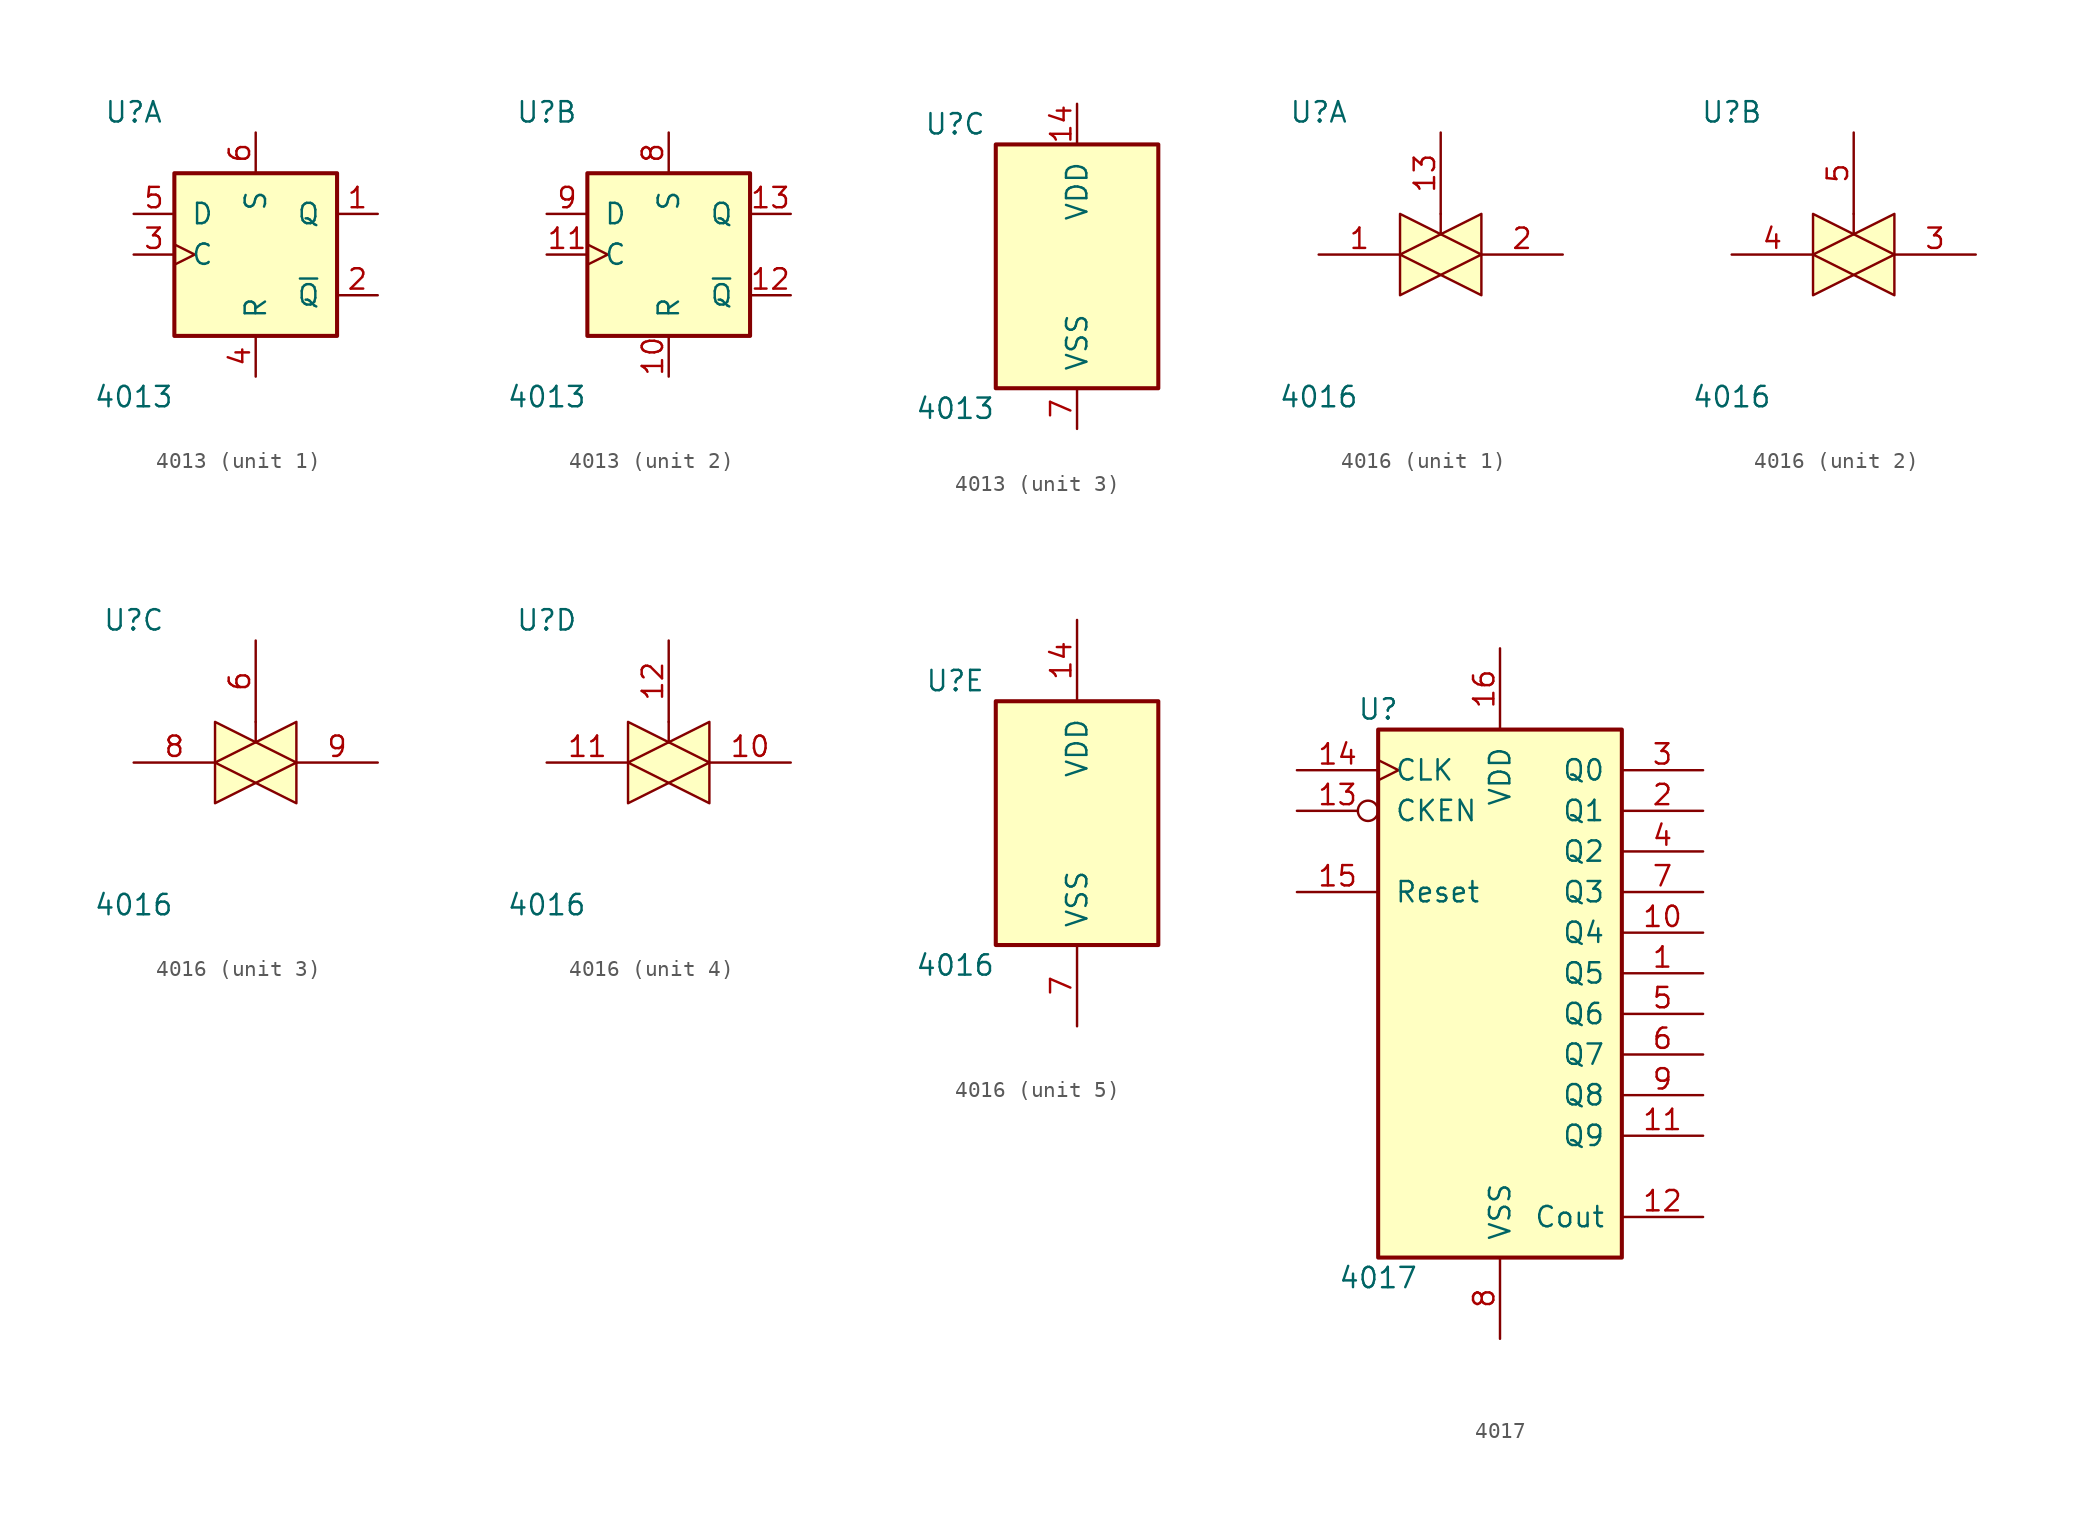
<source format=kicad_sym>
(kicad_symbol_lib
  (version 20201005)
  (generator kicad_symbol_editor)
  (symbol "4xxx:4013"
    (pin_names
      (offset 1.016))
    (property "Reference" "U"
      (at -7.62 8.89 0)
      (effects (font (size 1.27 1.27))))
    (property "Value" "4013"
      (at -7.62 -8.89 0)
      (effects (font (size 1.27 1.27))))
    (property "ki_locked" ""
      (at 0 0 0)
      (effects (font (size 1.27 1.27))))
    (symbol "4013_1_1"
      (rectangle (start -5.08 5.08) (end 5.08 -5.08) (stroke (width 0.254)) (fill (type background)))
      (pin output line (at 7.62 2.54 180) (length 2.54) (name "Q" (effects (font (size 1.27 1.27)))) (number "1" (effects (font (size 1.27 1.27)))))
      (pin output line (at 7.62 -2.54 180) (length 2.54) (name "~Q" (effects (font (size 1.27 1.27)))) (number "2" (effects (font (size 1.27 1.27)))))
      (pin input clock (at -7.62 0 0) (length 2.54) (name "C" (effects (font (size 1.27 1.27)))) (number "3" (effects (font (size 1.27 1.27)))))
      (pin input line (at 0 -7.62 90) (length 2.54) (name "R" (effects (font (size 1.27 1.27)))) (number "4" (effects (font (size 1.27 1.27)))))
      (pin input line (at -7.62 2.54 0) (length 2.54) (name "D" (effects (font (size 1.27 1.27)))) (number "5" (effects (font (size 1.27 1.27)))))
      (pin input line (at 0 7.62 270) (length 2.54) (name "S" (effects (font (size 1.27 1.27)))) (number "6" (effects (font (size 1.27 1.27))))))
    (symbol "4013_2_1"
      (rectangle (start -5.08 5.08) (end 5.08 -5.08) (stroke (width 0.254)) (fill (type background)))
      (pin input line (at 0 -7.62 90) (length 2.54) (name "R" (effects (font (size 1.27 1.27)))) (number "10" (effects (font (size 1.27 1.27)))))
      (pin input clock (at -7.62 0 0) (length 2.54) (name "C" (effects (font (size 1.27 1.27)))) (number "11" (effects (font (size 1.27 1.27)))))
      (pin output line (at 7.62 -2.54 180) (length 2.54) (name "~Q" (effects (font (size 1.27 1.27)))) (number "12" (effects (font (size 1.27 1.27)))))
      (pin output line (at 7.62 2.54 180) (length 2.54) (name "Q" (effects (font (size 1.27 1.27)))) (number "13" (effects (font (size 1.27 1.27)))))
      (pin input line (at 0 7.62 270) (length 2.54) (name "S" (effects (font (size 1.27 1.27)))) (number "8" (effects (font (size 1.27 1.27)))))
      (pin input line (at -7.62 2.54 0) (length 2.54) (name "D" (effects (font (size 1.27 1.27)))) (number "9" (effects (font (size 1.27 1.27))))))
    (symbol "4013_3_0"
      (pin power_in line (at 0 10.16 270) (length 2.54) (name "VDD" (effects (font (size 1.27 1.27)))) (number "14" (effects (font (size 1.27 1.27)))))
      (pin power_in line (at 0 -10.16 90) (length 2.54) (name "VSS" (effects (font (size 1.27 1.27)))) (number "7" (effects (font (size 1.27 1.27))))))
    (symbol "4013_3_1"
      (rectangle (start -5.08 7.62) (end 5.08 -7.62) (stroke (width 0.254)) (fill (type background)))))
  (symbol "4xxx:4016"
    (pin_names
      (offset 1.016))
    (property "Reference" "U"
      (at -7.62 8.89 0)
      (effects (font (size 1.27 1.27))))
    (property "Value" "4016"
      (at -7.62 -8.89 0)
      (effects (font (size 1.27 1.27))))
    (property "ki_locked" ""
      (at 0 0 0)
      (effects (font (size 1.27 1.27))))
    (symbol "4016_1_0"
      (polyline (pts (xy 0 1.27) (xy 0 2.54)) (stroke (width 0.152)) (fill (type none)))
      (polyline (pts (xy -2.54 0) (xy 2.54 2.54) (xy 2.54 -2.54) (xy -2.54 0)) (stroke (width 0)) (fill (type background)))
      (polyline (pts (xy -2.54 2.54) (xy 2.54 0) (xy -2.54 -2.54) (xy -2.54 2.54)) (stroke (width 0)) (fill (type background)))
      (pin passive line (at -7.62 0 0) (length 5.08) (name "~" (effects (font (size 1.27 1.27)))) (number "1" (effects (font (size 1.27 1.27)))))
      (pin input line (at 0 7.62 270) (length 5.08) (name "~" (effects (font (size 1.27 1.27)))) (number "13" (effects (font (size 1.27 1.27)))))
      (pin passive line (at 7.62 0 180) (length 5.08) (name "~" (effects (font (size 1.27 1.27)))) (number "2" (effects (font (size 1.27 1.27))))))
    (symbol "4016_2_0"
      (polyline (pts (xy 0 1.27) (xy 0 2.54)) (stroke (width 0.152)) (fill (type none)))
      (polyline (pts (xy -2.54 0) (xy 2.54 2.54) (xy 2.54 -2.54) (xy -2.54 0)) (stroke (width 0)) (fill (type background)))
      (polyline (pts (xy -2.54 2.54) (xy 2.54 0) (xy -2.54 -2.54) (xy -2.54 2.54)) (stroke (width 0)) (fill (type background)))
      (pin passive line (at 7.62 0 180) (length 5.08) (name "~" (effects (font (size 1.27 1.27)))) (number "3" (effects (font (size 1.27 1.27)))))
      (pin passive line (at -7.62 0 0) (length 5.08) (name "~" (effects (font (size 1.27 1.27)))) (number "4" (effects (font (size 1.27 1.27)))))
      (pin input line (at 0 7.62 270) (length 5.08) (name "~" (effects (font (size 1.27 1.27)))) (number "5" (effects (font (size 1.27 1.27))))))
    (symbol "4016_3_0"
      (polyline (pts (xy 0 1.27) (xy 0 2.54)) (stroke (width 0.152)) (fill (type none)))
      (polyline (pts (xy -2.54 0) (xy 2.54 2.54) (xy 2.54 -2.54) (xy -2.54 0)) (stroke (width 0)) (fill (type background)))
      (polyline (pts (xy -2.54 2.54) (xy 2.54 0) (xy -2.54 -2.54) (xy -2.54 2.54)) (stroke (width 0)) (fill (type background)))
      (pin input line (at 0 7.62 270) (length 5.08) (name "~" (effects (font (size 1.27 1.27)))) (number "6" (effects (font (size 1.27 1.27)))))
      (pin passive line (at -7.62 0 0) (length 5.08) (name "~" (effects (font (size 1.27 1.27)))) (number "8" (effects (font (size 1.27 1.27)))))
      (pin passive line (at 7.62 0 180) (length 5.08) (name "~" (effects (font (size 1.27 1.27)))) (number "9" (effects (font (size 1.27 1.27))))))
    (symbol "4016_4_0"
      (polyline (pts (xy 0 1.27) (xy 0 2.54)) (stroke (width 0.152)) (fill (type none)))
      (polyline (pts (xy -2.54 0) (xy 2.54 2.54) (xy 2.54 -2.54) (xy -2.54 0)) (stroke (width 0)) (fill (type background)))
      (polyline (pts (xy -2.54 2.54) (xy 2.54 0) (xy -2.54 -2.54) (xy -2.54 2.54)) (stroke (width 0)) (fill (type background)))
      (pin passive line (at 7.62 0 180) (length 5.08) (name "~" (effects (font (size 1.27 1.27)))) (number "10" (effects (font (size 1.27 1.27)))))
      (pin passive line (at -7.62 0 0) (length 5.08) (name "~" (effects (font (size 1.27 1.27)))) (number "11" (effects (font (size 1.27 1.27)))))
      (pin input line (at 0 7.62 270) (length 5.08) (name "~" (effects (font (size 1.27 1.27)))) (number "12" (effects (font (size 1.27 1.27))))))
    (symbol "4016_5_0"
      (pin power_in line (at 0 12.7 270) (length 5.08) (name "VDD" (effects (font (size 1.27 1.27)))) (number "14" (effects (font (size 1.27 1.27)))))
      (pin power_in line (at 0 -12.7 90) (length 5.08) (name "VSS" (effects (font (size 1.27 1.27)))) (number "7" (effects (font (size 1.27 1.27))))))
    (symbol "4016_5_1"
      (rectangle (start -5.08 7.62) (end 5.08 -7.62) (stroke (width 0.254)) (fill (type background)))))
  (symbol "4xxx:4017"
    (pin_names
      (offset 1.016))
    (property "Reference" "U"
      (at -7.62 16.51 0)
      (effects (font (size 1.27 1.27))))
    (property "Value" "4017"
      (at -7.62 -19.05 0)
      (effects (font (size 1.27 1.27))))
    (property "ki_locked" ""
      (at 0 0 0)
      (effects (font (size 1.27 1.27))))
    (symbol "4017_1_0"
      (pin output line (at 12.7 0 180) (length 5.08) (name "Q5" (effects (font (size 1.27 1.27)))) (number "1" (effects (font (size 1.27 1.27)))))
      (pin output line (at 12.7 2.54 180) (length 5.08) (name "Q4" (effects (font (size 1.27 1.27)))) (number "10" (effects (font (size 1.27 1.27)))))
      (pin output line (at 12.7 -10.16 180) (length 5.08) (name "Q9" (effects (font (size 1.27 1.27)))) (number "11" (effects (font (size 1.27 1.27)))))
      (pin output line (at 12.7 -15.24 180) (length 5.08) (name "Cout" (effects (font (size 1.27 1.27)))) (number "12" (effects (font (size 1.27 1.27)))))
      (pin input inverted (at -12.7 10.16 0) (length 5.08) (name "CKEN" (effects (font (size 1.27 1.27)))) (number "13" (effects (font (size 1.27 1.27)))))
      (pin input clock (at -12.7 12.7 0) (length 5.08) (name "CLK" (effects (font (size 1.27 1.27)))) (number "14" (effects (font (size 1.27 1.27)))))
      (pin input line (at -12.7 5.08 0) (length 5.08) (name "Reset" (effects (font (size 1.27 1.27)))) (number "15" (effects (font (size 1.27 1.27)))))
      (pin power_in line (at 0 20.32 270) (length 5.08) (name "VDD" (effects (font (size 1.27 1.27)))) (number "16" (effects (font (size 1.27 1.27)))))
      (pin output line (at 12.7 10.16 180) (length 5.08) (name "Q1" (effects (font (size 1.27 1.27)))) (number "2" (effects (font (size 1.27 1.27)))))
      (pin output line (at 12.7 12.7 180) (length 5.08) (name "Q0" (effects (font (size 1.27 1.27)))) (number "3" (effects (font (size 1.27 1.27)))))
      (pin output line (at 12.7 7.62 180) (length 5.08) (name "Q2" (effects (font (size 1.27 1.27)))) (number "4" (effects (font (size 1.27 1.27)))))
      (pin output line (at 12.7 -2.54 180) (length 5.08) (name "Q6" (effects (font (size 1.27 1.27)))) (number "5" (effects (font (size 1.27 1.27)))))
      (pin output line (at 12.7 -5.08 180) (length 5.08) (name "Q7" (effects (font (size 1.27 1.27)))) (number "6" (effects (font (size 1.27 1.27)))))
      (pin output line (at 12.7 5.08 180) (length 5.08) (name "Q3" (effects (font (size 1.27 1.27)))) (number "7" (effects (font (size 1.27 1.27)))))
      (pin power_in line (at 0 -22.86 90) (length 5.08) (name "VSS" (effects (font (size 1.27 1.27)))) (number "8" (effects (font (size 1.27 1.27)))))
      (pin output line (at 12.7 -7.62 180) (length 5.08) (name "Q8" (effects (font (size 1.27 1.27)))) (number "9" (effects (font (size 1.27 1.27))))))
    (symbol "4017_1_1"
      (rectangle (start -7.62 15.24) (end 7.62 -17.78) (stroke (width 0.254)) (fill (type background))))))
</source>
